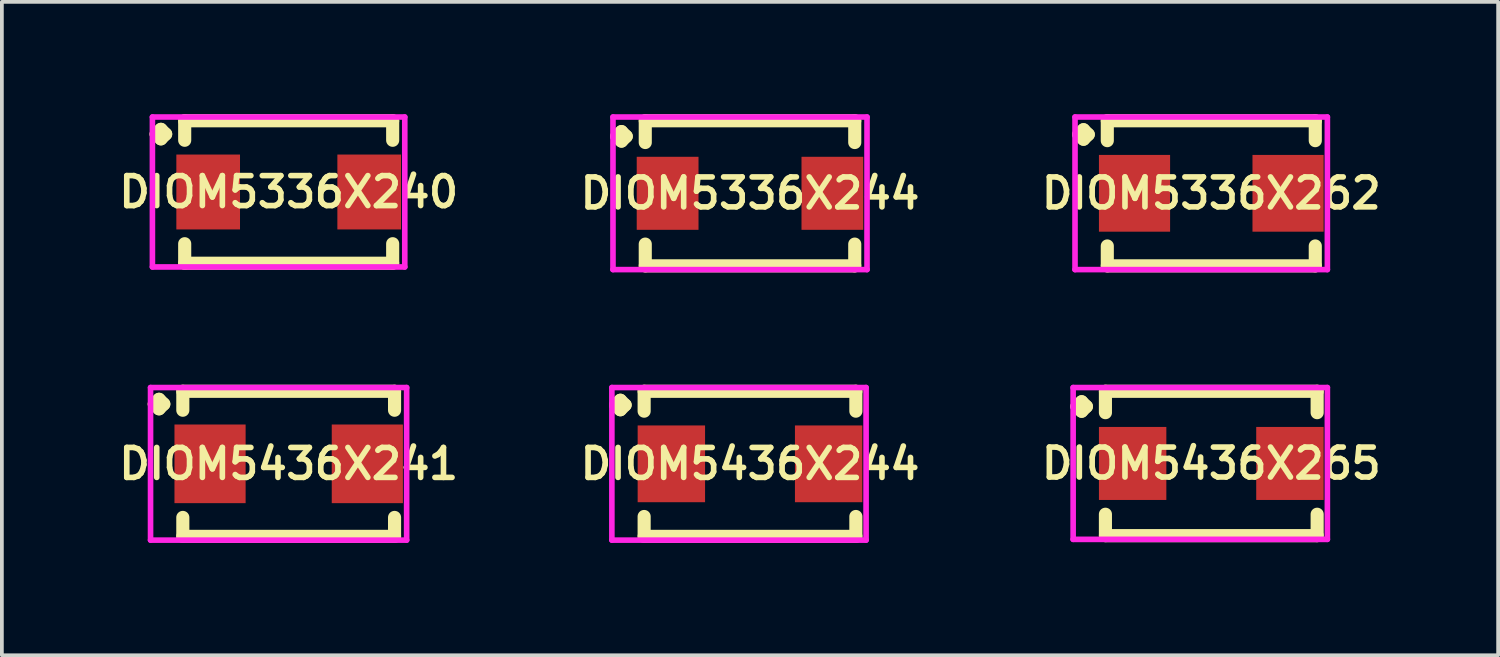
<source format=kicad_pcb>
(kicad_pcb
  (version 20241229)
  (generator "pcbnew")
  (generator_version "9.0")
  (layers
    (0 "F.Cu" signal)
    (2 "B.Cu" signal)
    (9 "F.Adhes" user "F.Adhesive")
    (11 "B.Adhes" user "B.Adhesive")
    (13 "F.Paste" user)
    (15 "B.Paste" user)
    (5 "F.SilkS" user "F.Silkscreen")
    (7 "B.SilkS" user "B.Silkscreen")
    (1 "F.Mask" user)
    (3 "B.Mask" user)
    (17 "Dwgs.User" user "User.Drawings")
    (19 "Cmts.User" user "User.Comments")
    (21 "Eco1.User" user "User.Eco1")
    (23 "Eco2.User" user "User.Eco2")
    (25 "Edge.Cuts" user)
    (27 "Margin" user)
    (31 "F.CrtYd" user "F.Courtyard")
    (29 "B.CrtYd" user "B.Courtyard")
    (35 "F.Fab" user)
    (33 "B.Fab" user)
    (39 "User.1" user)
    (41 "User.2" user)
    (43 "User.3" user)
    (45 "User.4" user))
  (footprint "DIOM5336X244"
    (layer "F.Cu")
    (at 16.978 2.112)
    (property "Reference" "DIOM5336X244" (at 0 0 0) (layer "F.SilkS") (effects (font (size 0.8 0.8) (thickness 0.15))))
    (attr smd)
    (fp_line (start -3.559 -1.521) (end -3.432 -1.648) (stroke (width 0.35) (type solid)) (layer "F.SilkS"))
    (fp_line (start -3.432 -1.648) (end -3.305 -1.521) (stroke (width 0.35) (type solid)) (layer "F.SilkS"))
    (fp_line (start -3.432 -1.394) (end -3.559 -1.521) (stroke (width 0.35) (type solid)) (layer "F.SilkS"))
    (fp_line (start -3.305 -1.521) (end -3.432 -1.394) (stroke (width 0.35) (type solid)) (layer "F.SilkS"))
    (fp_line (start -2.797 -1.937) (end 2.797 -1.937) (stroke (width 0.35) (type solid)) (layer "F.SilkS"))
    (fp_line (start -2.797 -1.356) (end -2.797 -1.937) (stroke (width 0.35) (type solid)) (layer "F.SilkS"))
    (fp_line (start -2.797 1.356) (end -2.797 1.937) (stroke (width 0.35) (type solid)) (layer "F.SilkS"))
    (fp_line (start -2.797 1.937) (end 2.797 1.937) (stroke (width 0.35) (type solid)) (layer "F.SilkS"))
    (fp_line (start 2.797 -1.937) (end 2.797 -1.356) (stroke (width 0.35) (type solid)) (layer "F.SilkS"))
    (fp_line (start 2.797 1.937) (end 2.797 1.356) (stroke (width 0.35) (type solid)) (layer "F.SilkS"))
    (fp_line (start -3.659 -2.037) (end 3.125 -2.037) (stroke (width 0.15) (type solid)) (layer "F.CrtYd"))
    (fp_line (start -3.659 2.037) (end -3.659 -2.037) (stroke (width 0.15) (type solid)) (layer "F.CrtYd"))
    (fp_line (start 3.125 -2.037) (end 3.125 2.037) (stroke (width 0.15) (type solid)) (layer "F.CrtYd"))
    (fp_line (start 3.125 2.037) (end -3.659 2.037) (stroke (width 0.15) (type solid)) (layer "F.CrtYd"))
    (pad "1" smd rect (at -2.2 0) (size 1.65 1.95) (layers "F.Cu" "F.Mask" "F.Paste"))
    (pad "2" smd rect (at 2.2 0) (size 1.65 1.95) (layers "F.Cu" "F.Mask" "F.Paste")))
  (footprint "DIOM5336X262"
    (layer "F.Cu")
    (at 29.296 2.112)
    (property "Reference" "DIOM5336X262" (at 0 0 0) (layer "F.SilkS") (effects (font (size 0.8 0.8) (thickness 0.15))))
    (attr smd)
    (fp_line (start -3.539 -1.571) (end -3.412 -1.698) (stroke (width 0.35) (type solid)) (layer "F.SilkS"))
    (fp_line (start -3.412 -1.698) (end -3.285 -1.571) (stroke (width 0.35) (type solid)) (layer "F.SilkS"))
    (fp_line (start -3.412 -1.444) (end -3.539 -1.571) (stroke (width 0.35) (type solid)) (layer "F.SilkS"))
    (fp_line (start -3.285 -1.571) (end -3.412 -1.444) (stroke (width 0.35) (type solid)) (layer "F.SilkS"))
    (fp_line (start -2.777 -1.937) (end 2.777 -1.937) (stroke (width 0.35) (type solid)) (layer "F.SilkS"))
    (fp_line (start -2.777 -1.406) (end -2.777 -1.937) (stroke (width 0.35) (type solid)) (layer "F.SilkS"))
    (fp_line (start -2.777 1.406) (end -2.777 1.937) (stroke (width 0.35) (type solid)) (layer "F.SilkS"))
    (fp_line (start -2.777 1.937) (end 2.777 1.937) (stroke (width 0.35) (type solid)) (layer "F.SilkS"))
    (fp_line (start 2.777 -1.937) (end 2.777 -1.406) (stroke (width 0.35) (type solid)) (layer "F.SilkS"))
    (fp_line (start 2.777 1.937) (end 2.777 1.406) (stroke (width 0.35) (type solid)) (layer "F.SilkS"))
    (fp_line (start -3.639 -2.037) (end 3.1 -2.037) (stroke (width 0.15) (type solid)) (layer "F.CrtYd"))
    (fp_line (start -3.639 2.037) (end -3.639 -2.037) (stroke (width 0.15) (type solid)) (layer "F.CrtYd"))
    (fp_line (start 3.1 -2.037) (end 3.1 2.037) (stroke (width 0.15) (type solid)) (layer "F.CrtYd"))
    (fp_line (start 3.1 2.037) (end -3.639 2.037) (stroke (width 0.15) (type solid)) (layer "F.CrtYd"))
    (pad "1" smd rect (at -2.05 0) (size 1.9 2.05) (layers "F.Cu" "F.Mask" "F.Paste"))
    (pad "2" smd rect (at 2.05 0) (size 1.9 2.05) (layers "F.Cu" "F.Mask" "F.Paste")))
  (footprint "DIOM5436X244"
    (layer "F.Cu")
    (at 16.978 9.336)
    (property "Reference" "DIOM5436X244" (at 0 0 0) (layer "F.SilkS") (effects (font (size 0.8 0.8) (thickness 0.15))))
    (attr through_hole)
    (fp_line (start -3.589 -1.571) (end -3.462 -1.698) (stroke (width 0.35) (type solid)) (layer "F.SilkS"))
    (fp_line (start -3.462 -1.698) (end -3.335 -1.571) (stroke (width 0.35) (type solid)) (layer "F.SilkS"))
    (fp_line (start -3.462 -1.444) (end -3.589 -1.571) (stroke (width 0.35) (type solid)) (layer "F.SilkS"))
    (fp_line (start -3.335 -1.571) (end -3.462 -1.444) (stroke (width 0.35) (type solid)) (layer "F.SilkS"))
    (fp_line (start -2.827 -1.937) (end 2.827 -1.937) (stroke (width 0.35) (type solid)) (layer "F.SilkS"))
    (fp_line (start -2.827 -1.406) (end -2.827 -1.937) (stroke (width 0.35) (type solid)) (layer "F.SilkS"))
    (fp_line (start -2.827 1.406) (end -2.827 1.937) (stroke (width 0.35) (type solid)) (layer "F.SilkS"))
    (fp_line (start -2.827 1.937) (end 2.827 1.937) (stroke (width 0.35) (type solid)) (layer "F.SilkS"))
    (fp_line (start 2.827 -1.937) (end 2.827 -1.406) (stroke (width 0.35) (type solid)) (layer "F.SilkS"))
    (fp_line (start 2.827 1.937) (end 2.827 1.406) (stroke (width 0.35) (type solid)) (layer "F.SilkS"))
    (fp_line (start -3.689 -2.037) (end 3.1 -2.037) (stroke (width 0.15) (type solid)) (layer "F.CrtYd"))
    (fp_line (start -3.689 2.037) (end -3.689 -2.037) (stroke (width 0.15) (type solid)) (layer "F.CrtYd"))
    (fp_line (start 3.1 -2.037) (end 3.1 2.037) (stroke (width 0.15) (type solid)) (layer "F.CrtYd"))
    (fp_line (start 3.1 2.037) (end -3.689 2.037) (stroke (width 0.15) (type solid)) (layer "F.CrtYd"))
    (pad "1" smd rect (at -2.1 0) (size 1.8 2.05) (layers "F.Cu" "F.Mask" "F.Paste"))
    (pad "2" smd rect (at 2.1 0) (size 1.8 2.05) (layers "F.Cu" "F.Mask" "F.Paste")))
  (footprint "DIOM5436X241"
    (layer "F.Cu")
    (at 4.659 9.336)
    (property "Reference" "DIOM5436X241" (at 0 0 0) (layer "F.SilkS") (effects (font (size 0.8 0.8) (thickness 0.15))))
    (attr through_hole)
    (fp_line (start -3.589 -1.596) (end -3.462 -1.723) (stroke (width 0.35) (type solid)) (layer "F.SilkS"))
    (fp_line (start -3.462 -1.723) (end -3.335 -1.596) (stroke (width 0.35) (type solid)) (layer "F.SilkS"))
    (fp_line (start -3.462 -1.469) (end -3.589 -1.596) (stroke (width 0.35) (type solid)) (layer "F.SilkS"))
    (fp_line (start -3.335 -1.596) (end -3.462 -1.469) (stroke (width 0.35) (type solid)) (layer "F.SilkS"))
    (fp_line (start -2.827 -1.937) (end 2.827 -1.937) (stroke (width 0.35) (type solid)) (layer "F.SilkS"))
    (fp_line (start -2.827 -1.431) (end -2.827 -1.937) (stroke (width 0.35) (type solid)) (layer "F.SilkS"))
    (fp_line (start -2.827 1.431) (end -2.827 1.937) (stroke (width 0.35) (type solid)) (layer "F.SilkS"))
    (fp_line (start -2.827 1.937) (end 2.827 1.937) (stroke (width 0.35) (type solid)) (layer "F.SilkS"))
    (fp_line (start 2.827 -1.937) (end 2.827 -1.431) (stroke (width 0.35) (type solid)) (layer "F.SilkS"))
    (fp_line (start 2.827 1.937) (end 2.827 1.431) (stroke (width 0.35) (type solid)) (layer "F.SilkS"))
    (fp_line (start -3.689 -2.037) (end 3.15 -2.037) (stroke (width 0.15) (type solid)) (layer "F.CrtYd"))
    (fp_line (start -3.689 2.037) (end -3.689 -2.037) (stroke (width 0.15) (type solid)) (layer "F.CrtYd"))
    (fp_line (start 3.15 -2.037) (end 3.15 2.037) (stroke (width 0.15) (type solid)) (layer "F.CrtYd"))
    (fp_line (start 3.15 2.037) (end -3.689 2.037) (stroke (width 0.15) (type solid)) (layer "F.CrtYd"))
    (pad "1" smd rect (at -2.1 0) (size 1.9 2.1) (layers "F.Cu" "F.Mask" "F.Paste"))
    (pad "2" smd rect (at 2.1 0) (size 1.9 2.1) (layers "F.Cu" "F.Mask" "F.Paste")))
  (footprint "DIOM5436X265"
    (layer "F.Cu")
    (at 29.296 9.326)
    (property "Reference" "DIOM5436X265" (at 0 0 0) (layer "F.SilkS") (effects (font (size 0.8 0.8) (thickness 0.15))))
    (attr through_hole)
    (fp_line (start -3.589 -1.521) (end -3.462 -1.648) (stroke (width 0.35) (type solid)) (layer "F.SilkS"))
    (fp_line (start -3.462 -1.648) (end -3.335 -1.521) (stroke (width 0.35) (type solid)) (layer "F.SilkS"))
    (fp_line (start -3.462 -1.394) (end -3.589 -1.521) (stroke (width 0.35) (type solid)) (layer "F.SilkS"))
    (fp_line (start -3.335 -1.521) (end -3.462 -1.394) (stroke (width 0.35) (type solid)) (layer "F.SilkS"))
    (fp_line (start -2.827 -1.927) (end 2.827 -1.927) (stroke (width 0.35) (type solid)) (layer "F.SilkS"))
    (fp_line (start -2.827 -1.356) (end -2.827 -1.927) (stroke (width 0.35) (type solid)) (layer "F.SilkS"))
    (fp_line (start -2.827 1.356) (end -2.827 1.927) (stroke (width 0.35) (type solid)) (layer "F.SilkS"))
    (fp_line (start -2.827 1.927) (end 2.827 1.927) (stroke (width 0.35) (type solid)) (layer "F.SilkS"))
    (fp_line (start 2.827 -1.927) (end 2.827 -1.356) (stroke (width 0.35) (type solid)) (layer "F.SilkS"))
    (fp_line (start 2.827 1.927) (end 2.827 1.356) (stroke (width 0.35) (type solid)) (layer "F.SilkS"))
    (fp_line (start -3.689 -2.027) (end 3.1 -2.027) (stroke (width 0.15) (type solid)) (layer "F.CrtYd"))
    (fp_line (start -3.689 2.027) (end -3.689 -2.027) (stroke (width 0.15) (type solid)) (layer "F.CrtYd"))
    (fp_line (start 3.1 -2.027) (end 3.1 2.027) (stroke (width 0.15) (type solid)) (layer "F.CrtYd"))
    (fp_line (start 3.1 2.027) (end -3.689 2.027) (stroke (width 0.15) (type solid)) (layer "F.CrtYd"))
    (pad "1" smd rect (at -2.1 0) (size 1.8 1.95) (layers "F.Cu" "F.Mask" "F.Paste"))
    (pad "2" smd rect (at 2.1 0) (size 1.8 1.95) (layers "F.Cu" "F.Mask" "F.Paste")))
  (footprint "DIOM5336X240"
    (layer "F.Cu")
    (at 4.659 2.077)
    (property "Reference" "DIOM5336X240" (at 0 0 0) (layer "F.SilkS") (effects (font (size 0.8 0.8) (thickness 0.15))))
    (attr smd)
    (fp_line (start -3.539 -1.546) (end -3.412 -1.673) (stroke (width 0.35) (type solid)) (layer "F.SilkS"))
    (fp_line (start -3.412 -1.673) (end -3.285 -1.546) (stroke (width 0.35) (type solid)) (layer "F.SilkS"))
    (fp_line (start -3.412 -1.419) (end -3.539 -1.546) (stroke (width 0.35) (type solid)) (layer "F.SilkS"))
    (fp_line (start -3.285 -1.546) (end -3.412 -1.419) (stroke (width 0.35) (type solid)) (layer "F.SilkS"))
    (fp_line (start -2.777 -1.902) (end 2.777 -1.902) (stroke (width 0.35) (type solid)) (layer "F.SilkS"))
    (fp_line (start -2.777 -1.381) (end -2.777 -1.902) (stroke (width 0.35) (type solid)) (layer "F.SilkS"))
    (fp_line (start -2.777 1.381) (end -2.777 1.902) (stroke (width 0.35) (type solid)) (layer "F.SilkS"))
    (fp_line (start -2.777 1.902) (end 2.777 1.902) (stroke (width 0.35) (type solid)) (layer "F.SilkS"))
    (fp_line (start 2.777 -1.902) (end 2.777 -1.381) (stroke (width 0.35) (type solid)) (layer "F.SilkS"))
    (fp_line (start 2.777 1.902) (end 2.777 1.381) (stroke (width 0.35) (type solid)) (layer "F.SilkS"))
    (fp_line (start -3.639 -2.002) (end 3.1 -2.002) (stroke (width 0.15) (type solid)) (layer "F.CrtYd"))
    (fp_line (start -3.639 2.002) (end -3.639 -2.002) (stroke (width 0.15) (type solid)) (layer "F.CrtYd"))
    (fp_line (start 3.1 -2.002) (end 3.1 2.002) (stroke (width 0.15) (type solid)) (layer "F.CrtYd"))
    (fp_line (start 3.1 2.002) (end -3.639 2.002) (stroke (width 0.15) (type solid)) (layer "F.CrtYd"))
    (pad "1" smd rect (at -2.15 0) (size 1.7 2) (layers "F.Cu" "F.Mask" "F.Paste"))
    (pad "2" smd rect (at 2.15 0) (size 1.7 2) (layers "F.Cu" "F.Mask" "F.Paste")))
  (gr_rect
    (start -3 -3)
    (end 36.956 14.448)
    (stroke (width 0.1) (type default))
    (fill no)
    (layer "Edge.Cuts")))
</source>
